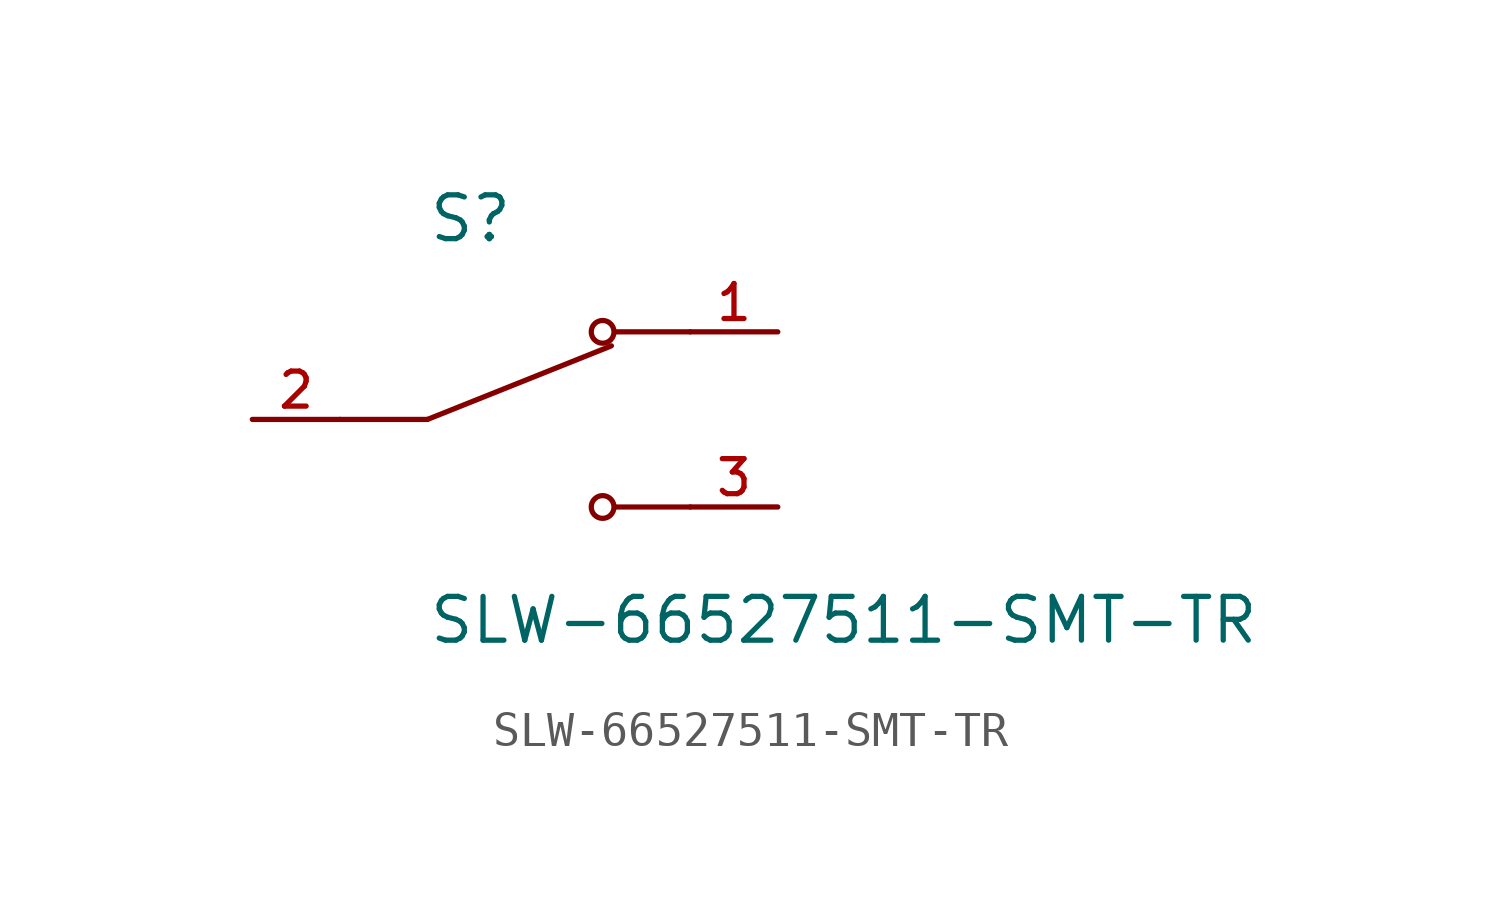
<source format=kicad_sym>
(kicad_symbol_lib
  (version 20241209)
  (generator "kicad_symbol_editor")
  (generator_version "9.0")
  (symbol "SLW-66527511-SMT-TR"
    (pin_names
      (offset 1.016))
    (property "Reference" "S"
      (at -2.54 5.08 0)
      (effects (font (size 1.27 1.27)) (justify left bottom)))
    (property "Value" "SLW-66527511-SMT-TR"
      (at -2.54 -5.08 0)
      (effects (font (size 1.27 1.27)) (justify left top)))
    (symbol "SLW-66527511-SMT-TR_0_0"
      (polyline (pts (xy -2.54 0) (xy -5.08 0)) (stroke (width 0.152) (type default)) (fill (type none)))
      (polyline (pts (xy -2.54 0) (xy 2.794 2.134)) (stroke (width 0.152) (type default)) (fill (type none)))
      (circle (center 2.54 2.54) (radius 0.33) (stroke (width 0.152) (type default)) (fill (type none)))
      (circle (center 2.54 -2.54) (radius 0.33) (stroke (width 0.152) (type default)) (fill (type none)))
      (polyline (pts (xy 5.08 2.54) (xy 2.921 2.54)) (stroke (width 0.152) (type default)) (fill (type none)))
      (polyline (pts (xy 5.08 -2.54) (xy 2.921 -2.54)) (stroke (width 0.152) (type default)) (fill (type none)))
      (pin passive line (at -7.62 0 0) (length 2.54) (name "~" (effects (font (size 1.016 1.016)))) (number "2" (effects (font (size 1.016 1.016)))))
      (pin passive line (at 7.62 2.54 180) (length 2.54) (name "~" (effects (font (size 1.016 1.016)))) (number "1" (effects (font (size 1.016 1.016)))))
      (pin passive line (at 7.62 -2.54 180) (length 2.54) (name "~" (effects (font (size 1.016 1.016)))) (number "3" (effects (font (size 1.016 1.016))))))))
</source>
